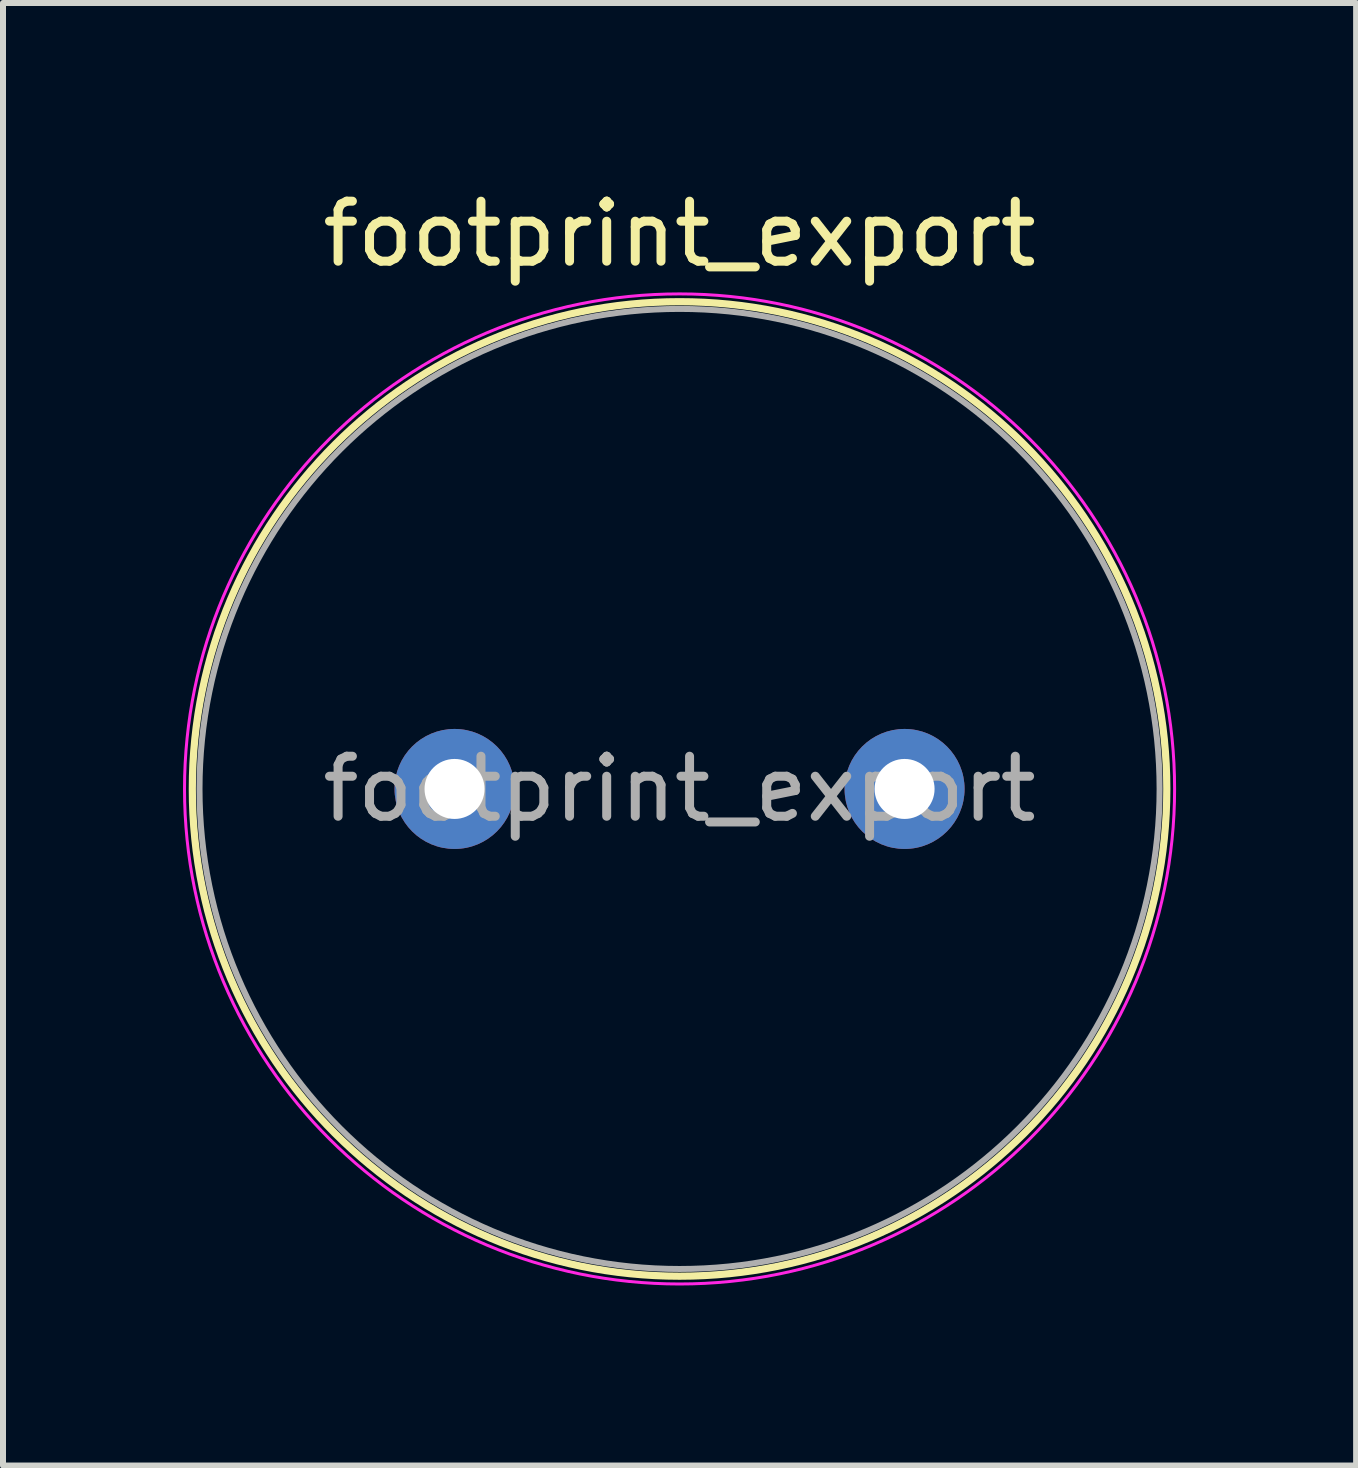
<source format=kicad_pcb>
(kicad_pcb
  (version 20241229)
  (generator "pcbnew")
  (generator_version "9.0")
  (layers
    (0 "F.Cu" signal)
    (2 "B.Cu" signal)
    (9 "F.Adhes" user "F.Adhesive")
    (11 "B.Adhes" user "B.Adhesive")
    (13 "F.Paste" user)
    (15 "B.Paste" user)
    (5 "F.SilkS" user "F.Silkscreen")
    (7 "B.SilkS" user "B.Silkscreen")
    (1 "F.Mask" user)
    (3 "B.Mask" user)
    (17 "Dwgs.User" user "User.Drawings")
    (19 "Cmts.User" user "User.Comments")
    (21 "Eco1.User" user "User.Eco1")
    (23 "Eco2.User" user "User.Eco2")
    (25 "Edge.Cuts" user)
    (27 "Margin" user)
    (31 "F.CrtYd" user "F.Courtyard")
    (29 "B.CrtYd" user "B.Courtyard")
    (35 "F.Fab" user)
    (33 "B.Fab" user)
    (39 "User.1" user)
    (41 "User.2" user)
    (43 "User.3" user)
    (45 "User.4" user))
  (footprint "footprint_export"
    (layer "F.Cu")
    (at 4.525 10.098)
    (property "Reference" "footprint_export" (at 3.75 -9.25 0) (layer "F.SilkS") (effects (font (size 1 1) (thickness 0.15))))
    (attr through_hole)
    (fp_circle (center 3.75 0) (end 11.87 0) (stroke (width 0.12) (type solid)) (fill no) (layer "F.SilkS"))
    (fp_circle (center 3.75 0) (end 12 0) (stroke (width 0.05) (type solid)) (fill no) (layer "F.CrtYd"))
    (fp_circle (center 3.75 0) (end 11.75 0) (stroke (width 0.1) (type solid)) (fill no) (layer "F.Fab"))
    (fp_text user "${REFERENCE}" (at 3.75 0 0) (layer "F.Fab") (effects (font (size 1 1) (thickness 0.15))))
    (pad "1" thru_hole circle (at 0 0) (size 2 2) (drill 1) (layers "*.Cu" "*.Mask"))
    (pad "2" thru_hole circle (at 7.5 0) (size 2 2) (drill 1) (layers "*.Cu" "*.Mask")))
  (gr_rect
    (start -3 -3)
    (end 19.55 21.373)
    (stroke (width 0.1) (type default))
    (fill no)
    (layer "Edge.Cuts")))
</source>
